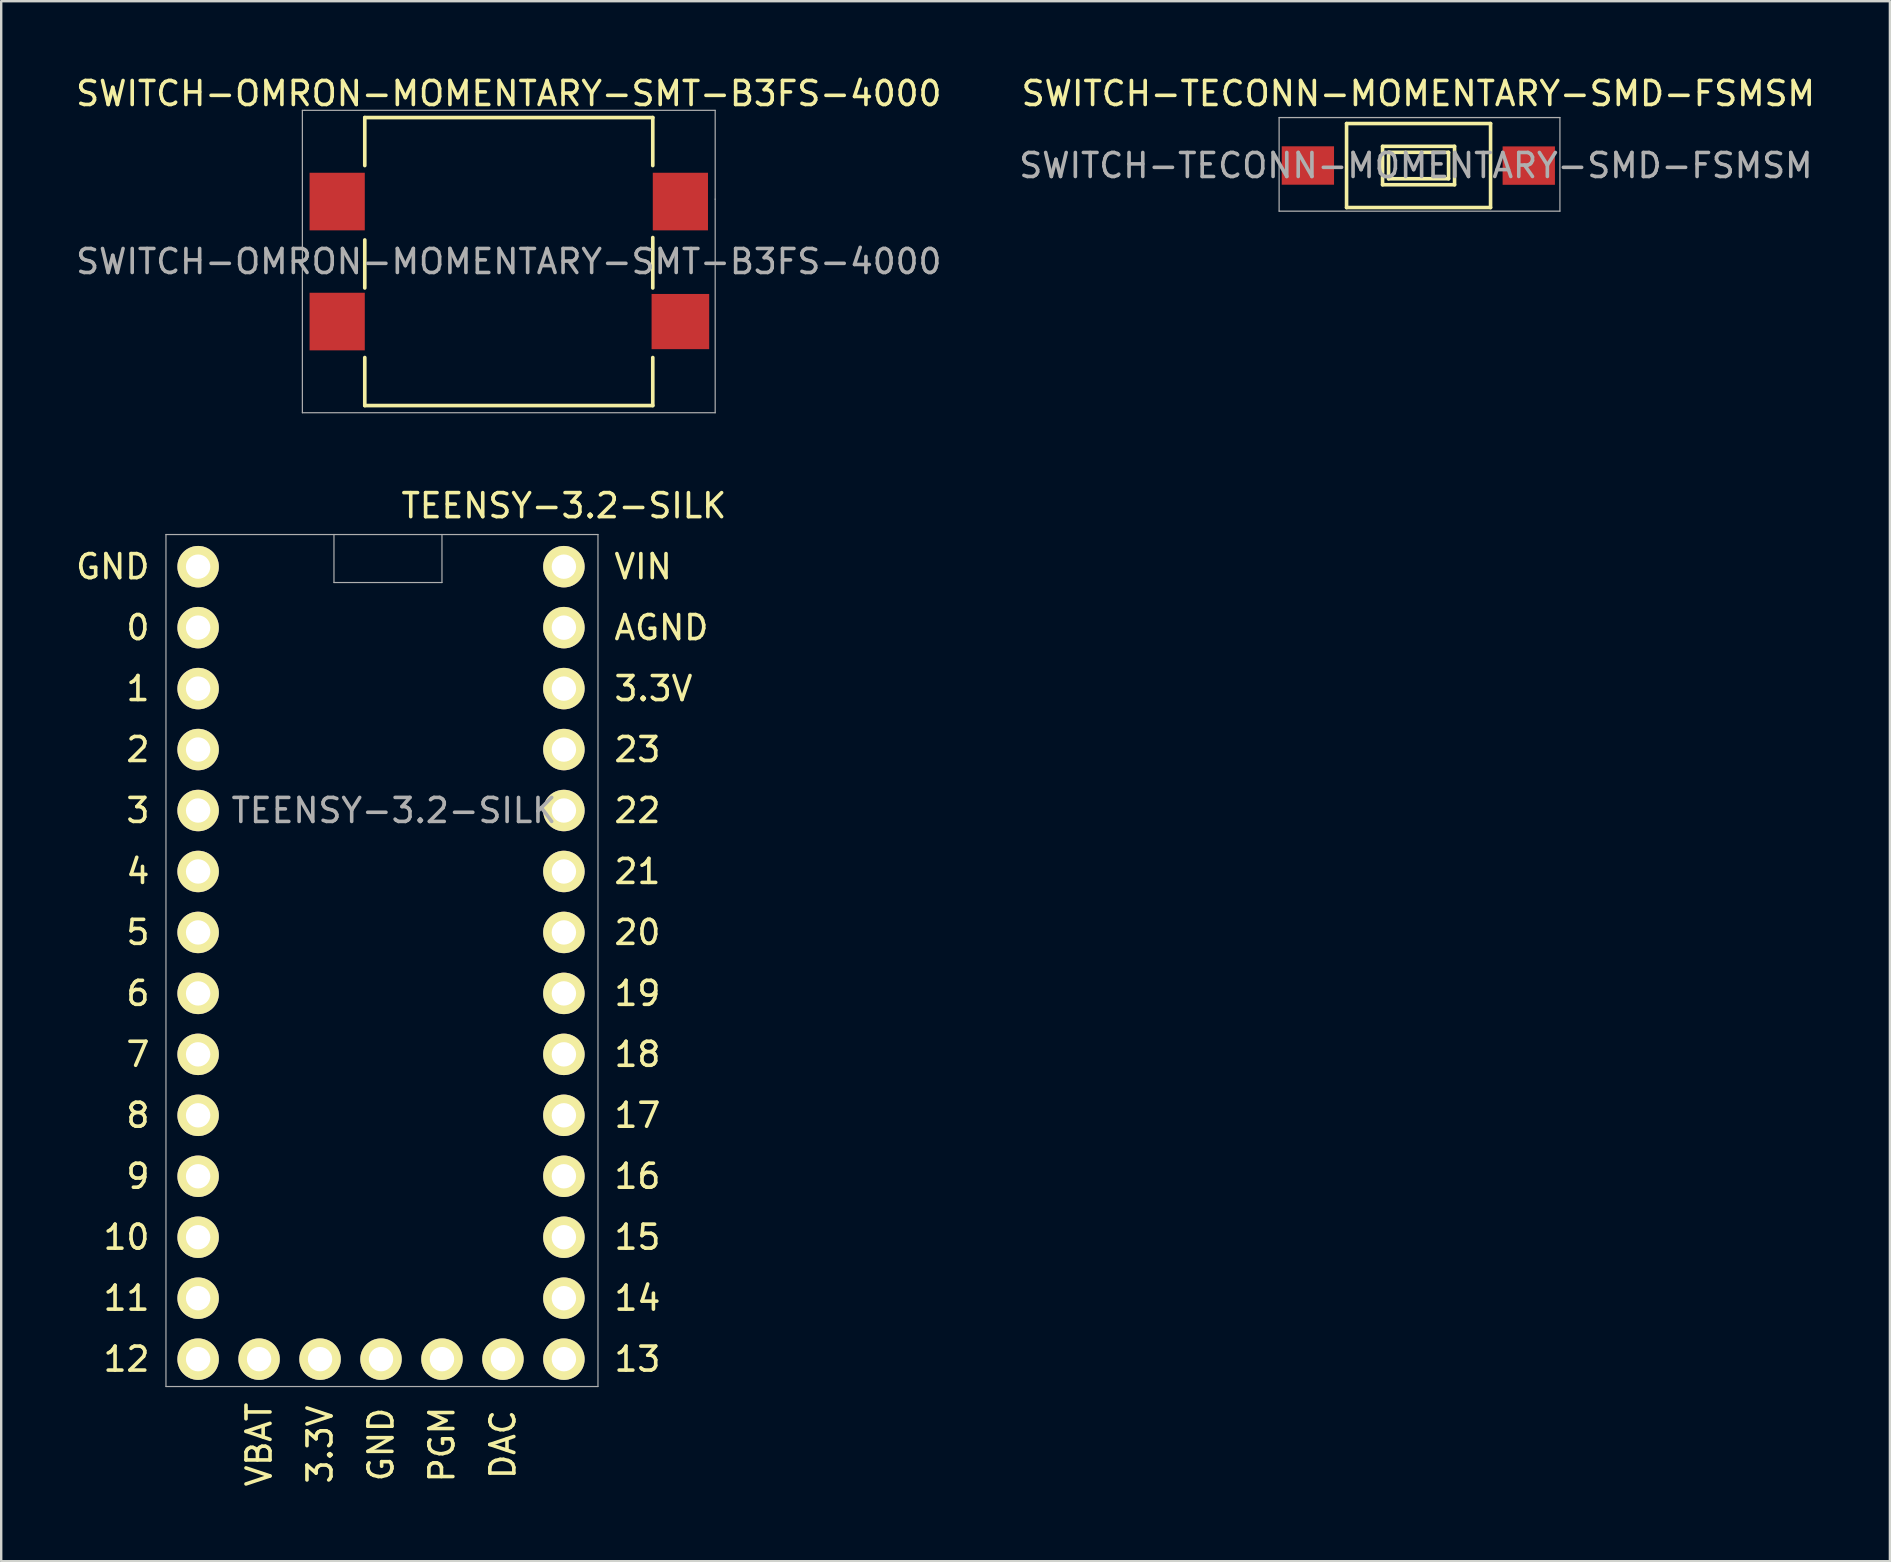
<source format=kicad_pcb>
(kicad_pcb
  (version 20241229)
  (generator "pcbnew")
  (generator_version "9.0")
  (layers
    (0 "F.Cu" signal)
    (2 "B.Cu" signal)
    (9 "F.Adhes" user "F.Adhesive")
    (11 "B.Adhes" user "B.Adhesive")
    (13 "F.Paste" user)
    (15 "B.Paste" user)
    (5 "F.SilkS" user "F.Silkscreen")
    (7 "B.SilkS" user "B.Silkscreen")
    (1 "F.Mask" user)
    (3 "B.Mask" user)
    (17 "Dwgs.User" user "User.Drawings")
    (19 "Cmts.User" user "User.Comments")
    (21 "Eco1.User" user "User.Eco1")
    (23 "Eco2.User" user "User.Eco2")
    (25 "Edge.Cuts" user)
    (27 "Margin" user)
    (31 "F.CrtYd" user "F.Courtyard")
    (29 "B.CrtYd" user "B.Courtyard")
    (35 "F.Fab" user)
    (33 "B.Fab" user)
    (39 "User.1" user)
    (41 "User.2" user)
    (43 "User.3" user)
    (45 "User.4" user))
  (footprint "TEENSY-3.2-SILK"
    (layer "F.Cu")
    (at 15.365 30.721)
    (property "Reference" "TEENSY-3.2-SILK" (at -2 0 0) (layer "F.Fab") (effects (font (size 1 1) (thickness 0.15))))
    (attr smd)
    (fp_line (start -11.5 -11.5) (end -11.5 24) (stroke (width 0.05) (type solid)) (layer "F.Fab"))
    (fp_line (start -11.5 24) (end 6.5 24) (stroke (width 0.05) (type solid)) (layer "F.Fab"))
    (fp_line (start -4.5 -11.5) (end -4.5 -9.5) (stroke (width 0.05) (type solid)) (layer "F.Fab"))
    (fp_line (start -4.5 -9.5) (end 0 -9.5) (stroke (width 0.05) (type solid)) (layer "F.Fab"))
    (fp_line (start 0 -9.5) (end 0 -11.5) (stroke (width 0.05) (type solid)) (layer "F.Fab"))
    (fp_line (start 6.5 -11.5) (end -11.5 -11.5) (stroke (width 0.05) (type solid)) (layer "F.Fab"))
    (fp_line (start 6.5 24) (end 6.5 -11.5) (stroke (width 0.05) (type solid)) (layer "F.Fab"))
    (fp_text user "10" (at -13.145 17.78 0) (layer "F.SilkS") (effects (font (size 1 1) (thickness 0.15))))
    (fp_text user "0" (at -12.668 -7.62 0) (layer "F.SilkS") (effects (font (size 1 1) (thickness 0.15))))
    (fp_text user "20" (at 8.144 5.08 0) (layer "F.SilkS") (effects (font (size 1 1) (thickness 0.15))))
    (fp_text user "19" (at 8.144 7.62 0) (layer "F.SilkS") (effects (font (size 1 1) (thickness 0.15))))
    (fp_text user "9" (at -12.668 15.24 0) (layer "F.SilkS") (effects (font (size 1 1) (thickness 0.15))))
    (fp_text user "1" (at -12.668 -5.08 0) (layer "F.SilkS") (effects (font (size 1 1) (thickness 0.15))))
    (fp_text user "6" (at -12.668 7.62 0) (layer "F.SilkS") (effects (font (size 1 1) (thickness 0.15))))
    (fp_text user "2" (at -12.668 -2.54 0) (layer "F.SilkS") (effects (font (size 1 1) (thickness 0.15))))
    (fp_text user "4" (at -12.668 2.54 0) (layer "F.SilkS") (effects (font (size 1 1) (thickness 0.15))))
    (fp_text user "${REFERENCE}" (at 5.08 -12.7 0) (layer "F.SilkS") (effects (font (size 1 1) (thickness 0.15))))
    (fp_text user "PGM" (at 0 26.416 90) (layer "F.SilkS") (effects (font (size 1 1) (thickness 0.15))))
    (fp_text user "8" (at -12.668 12.7 0) (layer "F.SilkS") (effects (font (size 1 1) (thickness 0.15))))
    (fp_text user "22" (at 8.144 0 0) (layer "F.SilkS") (effects (font (size 1 1) (thickness 0.15))))
    (fp_text user "VIN" (at 8.382 -10.16 0) (layer "F.SilkS") (effects (font (size 1 1) (thickness 0.15))))
    (fp_text user "14" (at 8.144 20.32 0) (layer "F.SilkS") (effects (font (size 1 1) (thickness 0.15))))
    (fp_text user "VBAT" (at -7.62 26.416 90) (layer "F.SilkS") (effects (font (size 1 1) (thickness 0.15))))
    (fp_text user "3.3V" (at 8.811 -5.08 0) (layer "F.SilkS") (effects (font (size 1 1) (thickness 0.15))))
    (fp_text user "13" (at 8.144 22.86 0) (layer "F.SilkS") (effects (font (size 1 1) (thickness 0.15))))
    (fp_text user "16" (at 8.144 15.24 0) (layer "F.SilkS") (effects (font (size 1 1) (thickness 0.15))))
    (fp_text user "23" (at 8.144 -2.54 0) (layer "F.SilkS") (effects (font (size 1 1) (thickness 0.15))))
    (fp_text user "18" (at 8.144 10.16 0) (layer "F.SilkS") (effects (font (size 1 1) (thickness 0.15))))
    (fp_text user "7" (at -12.668 10.16 0) (layer "F.SilkS") (effects (font (size 1 1) (thickness 0.15))))
    (fp_text user "3.3V" (at -5.08 26.416 90) (layer "F.SilkS") (effects (font (size 1 1) (thickness 0.15))))
    (fp_text user "GND" (at -13.716 -10.16 0) (layer "F.SilkS") (effects (font (size 1 1) (thickness 0.15))))
    (fp_text user "12" (at -13.145 22.86 0) (layer "F.SilkS") (effects (font (size 1 1) (thickness 0.15))))
    (fp_text user "3" (at -12.668 0 0) (layer "F.SilkS") (effects (font (size 1 1) (thickness 0.15))))
    (fp_text user "5" (at -12.668 5.08 0) (layer "F.SilkS") (effects (font (size 1 1) (thickness 0.15))))
    (fp_text user "AGND" (at 9.144 -7.62 0) (layer "F.SilkS") (effects (font (size 1 1) (thickness 0.15))))
    (fp_text user "GND" (at -2.54 26.416 90) (layer "F.SilkS") (effects (font (size 1 1) (thickness 0.15))))
    (fp_text user "11" (at -13.145 20.32 0) (layer "F.SilkS") (effects (font (size 1 1) (thickness 0.15))))
    (fp_text user "17" (at 8.144 12.7 0) (layer "F.SilkS") (effects (font (size 1 1) (thickness 0.15))))
    (fp_text user "21" (at 8.144 2.54 0) (layer "F.SilkS") (effects (font (size 1 1) (thickness 0.15))))
    (fp_text user "15" (at 8.144 17.78 0) (layer "F.SilkS") (effects (font (size 1 1) (thickness 0.15))))
    (fp_text user "DAC" (at 2.54 26.416 90) (layer "F.SilkS") (effects (font (size 1 1) (thickness 0.15))))
    (pad "0" thru_hole circle (at -10.16 -7.62) (size 1.727 1.727) (drill 1.016) (layers "*.Cu" "*.Mask" "F.SilkS"))
    (pad "1" thru_hole circle (at -10.16 -5.08) (size 1.727 1.727) (drill 1.016) (layers "*.Cu" "*.Mask" "F.SilkS"))
    (pad "2" thru_hole circle (at -10.16 -2.54) (size 1.727 1.727) (drill 1.016) (layers "*.Cu" "*.Mask" "F.SilkS"))
    (pad "3" thru_hole circle (at -10.16 0) (size 1.727 1.727) (drill 1.016) (layers "*.Cu" "*.Mask" "F.SilkS"))
    (pad "3V1" thru_hole circle (at -5.08 22.86) (size 1.727 1.727) (drill 1.016) (layers "*.Cu" "*.Mask" "F.SilkS"))
    (pad "3V2" thru_hole circle (at 5.08 -5.08) (size 1.727 1.727) (drill 1.016) (layers "*.Cu" "*.Mask" "F.SilkS"))
    (pad "4" thru_hole circle (at -10.16 2.54) (size 1.727 1.727) (drill 1.016) (layers "*.Cu" "*.Mask" "F.SilkS"))
    (pad "5" thru_hole circle (at -10.16 5.08) (size 1.727 1.727) (drill 1.016) (layers "*.Cu" "*.Mask" "F.SilkS"))
    (pad "6" thru_hole circle (at -10.16 7.62) (size 1.727 1.727) (drill 1.016) (layers "*.Cu" "*.Mask" "F.SilkS"))
    (pad "7" thru_hole circle (at -10.16 10.16) (size 1.727 1.727) (drill 1.016) (layers "*.Cu" "*.Mask" "F.SilkS"))
    (pad "8" thru_hole circle (at -10.16 12.7) (size 1.727 1.727) (drill 1.016) (layers "*.Cu" "*.Mask" "F.SilkS"))
    (pad "9" thru_hole circle (at -10.16 15.24) (size 1.727 1.727) (drill 1.016) (layers "*.Cu" "*.Mask" "F.SilkS"))
    (pad "10" thru_hole circle (at -10.16 17.78) (size 1.727 1.727) (drill 1.016) (layers "*.Cu" "*.Mask" "F.SilkS"))
    (pad "11" thru_hole circle (at -10.16 20.32) (size 1.727 1.727) (drill 1.016) (layers "*.Cu" "*.Mask" "F.SilkS"))
    (pad "12" thru_hole circle (at -10.16 22.86) (size 1.727 1.727) (drill 1.016) (layers "*.Cu" "*.Mask" "F.SilkS"))
    (pad "13" thru_hole circle (at 5.08 22.86) (size 1.727 1.727) (drill 1.016) (layers "*.Cu" "*.Mask" "F.SilkS"))
    (pad "14" thru_hole circle (at 5.08 20.32) (size 1.727 1.727) (drill 1.016) (layers "*.Cu" "*.Mask" "F.SilkS"))
    (pad "15" thru_hole circle (at 5.08 17.78) (size 1.727 1.727) (drill 1.016) (layers "*.Cu" "*.Mask" "F.SilkS"))
    (pad "16" thru_hole circle (at 5.08 15.24) (size 1.727 1.727) (drill 1.016) (layers "*.Cu" "*.Mask" "F.SilkS"))
    (pad "17" thru_hole circle (at 5.08 12.7) (size 1.727 1.727) (drill 1.016) (layers "*.Cu" "*.Mask" "F.SilkS"))
    (pad "18" thru_hole circle (at 5.08 10.16) (size 1.727 1.727) (drill 1.016) (layers "*.Cu" "*.Mask" "F.SilkS"))
    (pad "19" thru_hole circle (at 5.08 7.62) (size 1.727 1.727) (drill 1.016) (layers "*.Cu" "*.Mask" "F.SilkS"))
    (pad "20" thru_hole circle (at 5.08 5.08) (size 1.727 1.727) (drill 1.016) (layers "*.Cu" "*.Mask" "F.SilkS"))
    (pad "21" thru_hole circle (at 5.08 2.54) (size 1.727 1.727) (drill 1.016) (layers "*.Cu" "*.Mask" "F.SilkS"))
    (pad "22" thru_hole circle (at 5.08 0) (size 1.727 1.727) (drill 1.016) (layers "*.Cu" "*.Mask" "F.SilkS"))
    (pad "23" thru_hole circle (at 5.08 -2.54) (size 1.727 1.727) (drill 1.016) (layers "*.Cu" "*.Mask" "F.SilkS"))
    (pad "AG" thru_hole circle (at 5.08 -7.62) (size 1.727 1.727) (drill 1.016) (layers "*.Cu" "*.Mask" "F.SilkS"))
    (pad "DAC" thru_hole circle (at 2.54 22.86) (size 1.727 1.727) (drill 1.016) (layers "*.Cu" "*.Mask" "F.SilkS"))
    (pad "G1" thru_hole circle (at -10.16 -10.16) (size 1.727 1.727) (drill 1.016) (layers "*.Cu" "*.Mask" "F.SilkS"))
    (pad "G2" thru_hole circle (at -2.54 22.86) (size 1.727 1.727) (drill 1.016) (layers "*.Cu" "*.Mask" "F.SilkS"))
    (pad "PGM" thru_hole circle (at 0 22.86) (size 1.727 1.727) (drill 1.016) (layers "*.Cu" "*.Mask" "F.SilkS"))
    (pad "VBAT" thru_hole circle (at -7.62 22.86) (size 1.727 1.727) (drill 1.016) (layers "*.Cu" "*.Mask" "F.SilkS"))
    (pad "VIN" thru_hole circle (at 5.08 -10.16) (size 1.727 1.727) (drill 1.016) (layers "*.Cu" "*.Mask" "F.SilkS")))
  (footprint "SWITCH-OMRON-MOMENTARY-SMT-B3FS-4000"
    (layer "F.Cu")
    (at 18.149 7.848)
    (property "Reference" "SWITCH-OMRON-MOMENTARY-SMT-B3FS-4000" (at 0 0 0) (layer "F.Fab") (effects (font (size 1 1) (thickness 0.15))))
    (attr smd)
    (fp_line (start -6 -6) (end -6 -4) (stroke (width 0.152) (type solid)) (layer "F.SilkS"))
    (fp_line (start -6 -6) (end 6 -6) (stroke (width 0.152) (type solid)) (layer "F.SilkS"))
    (fp_line (start -6 -0.9) (end -6 1.1) (stroke (width 0.152) (type solid)) (layer "F.SilkS"))
    (fp_line (start -6 4) (end -6 6) (stroke (width 0.152) (type solid)) (layer "F.SilkS"))
    (fp_line (start -6 6) (end 6 6) (stroke (width 0.152) (type solid)) (layer "F.SilkS"))
    (fp_line (start 6 -6) (end 6 -4) (stroke (width 0.152) (type solid)) (layer "F.SilkS"))
    (fp_line (start 6 -1) (end 6 1.1) (stroke (width 0.152) (type solid)) (layer "F.SilkS"))
    (fp_line (start 6 6) (end 6 4) (stroke (width 0.152) (type solid)) (layer "F.SilkS"))
    (fp_line (start -8.6 -6.3) (end -8.6 6.3) (stroke (width 0.05) (type solid)) (layer "F.Fab"))
    (fp_line (start -8.6 6.3) (end 8.6 6.3) (stroke (width 0.05) (type solid)) (layer "F.Fab"))
    (fp_line (start -8.5 -6.3) (end -8.6 -6.3) (stroke (width 0.05) (type solid)) (layer "F.Fab"))
    (fp_line (start 8.6 -6.3) (end -8.5 -6.3) (stroke (width 0.05) (type solid)) (layer "F.Fab"))
    (fp_line (start 8.6 -2.6) (end 8.6 -6.3) (stroke (width 0.05) (type solid)) (layer "F.Fab"))
    (fp_line (start 8.6 6.3) (end 8.6 -2.6) (stroke (width 0.05) (type solid)) (layer "F.Fab"))
    (fp_text user "${REFERENCE}" (at 0 -7 0) (layer "F.SilkS") (effects (font (size 1 1) (thickness 0.15))))
    (pad "1" smd rect (at 7.15 2.5) (size 2.4 2.3) (layers "F.Cu" "F.Mask" "F.Paste"))
    (pad "2" smd rect (at -7.15 2.5) (size 2.3 2.4) (layers "F.Cu" "F.Mask" "F.Paste"))
    (pad "3" smd rect (at 7.15 -2.5) (size 2.3 2.4) (layers "F.Cu" "F.Mask" "F.Paste"))
    (pad "4" smd rect (at -7.15 -2.5) (size 2.3 2.4) (layers "F.Cu" "F.Mask" "F.Paste")))
  (footprint "SWITCH-TECONN-MOMENTARY-SMD-FSMSM"
    (layer "F.Cu")
    (at 56.046 3.848)
    (property "Reference" "SWITCH-TECONN-MOMENTARY-SMD-FSMSM" (at -0.1 0 0) (layer "F.Fab") (effects (font (size 1 1) (thickness 0.15))))
    (attr smd)
    (fp_line (start -2.99 -1.75) (end -2.99 1.75) (stroke (width 0.15) (type solid)) (layer "F.SilkS"))
    (fp_line (start -2.99 -1.75) (end 3.01 -1.75) (stroke (width 0.15) (type solid)) (layer "F.SilkS"))
    (fp_line (start -2.99 1.75) (end 3.01 1.75) (stroke (width 0.15) (type solid)) (layer "F.SilkS"))
    (fp_line (start -1.49 -0.8) (end -1.49 0.8) (stroke (width 0.15) (type solid)) (layer "F.SilkS"))
    (fp_line (start -1.49 -0.8) (end 1.51 -0.8) (stroke (width 0.15) (type solid)) (layer "F.SilkS"))
    (fp_line (start -1.49 0.8) (end 1.51 0.8) (stroke (width 0.15) (type solid)) (layer "F.SilkS"))
    (fp_line (start -1.24 -0.55) (end 1.26 -0.55) (stroke (width 0.15) (type solid)) (layer "F.SilkS"))
    (fp_line (start -1.24 0.55) (end -1.24 -0.55) (stroke (width 0.15) (type solid)) (layer "F.SilkS"))
    (fp_line (start 1.26 -0.55) (end 1.26 0.55) (stroke (width 0.15) (type solid)) (layer "F.SilkS"))
    (fp_line (start 1.26 0.55) (end -1.24 0.55) (stroke (width 0.15) (type solid)) (layer "F.SilkS"))
    (fp_line (start 1.51 -0.8) (end 1.51 0.8) (stroke (width 0.15) (type solid)) (layer "F.SilkS"))
    (fp_line (start 3.01 -1.75) (end 3.01 1.75) (stroke (width 0.15) (type solid)) (layer "F.SilkS"))
    (fp_line (start -5.8 -2) (end -5.8 1.9) (stroke (width 0.051) (type solid)) (layer "F.Fab"))
    (fp_line (start -5.8 1.9) (end 5.9 1.9) (stroke (width 0.051) (type solid)) (layer "F.Fab"))
    (fp_line (start 5.9 -2) (end -5.8 -2) (stroke (width 0.051) (type solid)) (layer "F.Fab"))
    (fp_line (start 5.9 1.9) (end 5.9 -2) (stroke (width 0.051) (type solid)) (layer "F.Fab"))
    (fp_text user "${REFERENCE}" (at 0 -3 0) (layer "F.SilkS") (effects (font (size 1 1) (thickness 0.15))))
    (pad "1" smd rect (at -4.602 -0.002) (size 2.18 1.6) (layers "F.Cu" "F.Mask" "F.Paste"))
    (pad "2" smd rect (at 4.602 0.002) (size 2.18 1.6) (layers "F.Cu" "F.Mask" "F.Paste")))
  (gr_rect
    (start -3 -3)
    (end 75.695 62)
    (stroke (width 0.1) (type default))
    (fill no)
    (layer "Edge.Cuts")))
</source>
